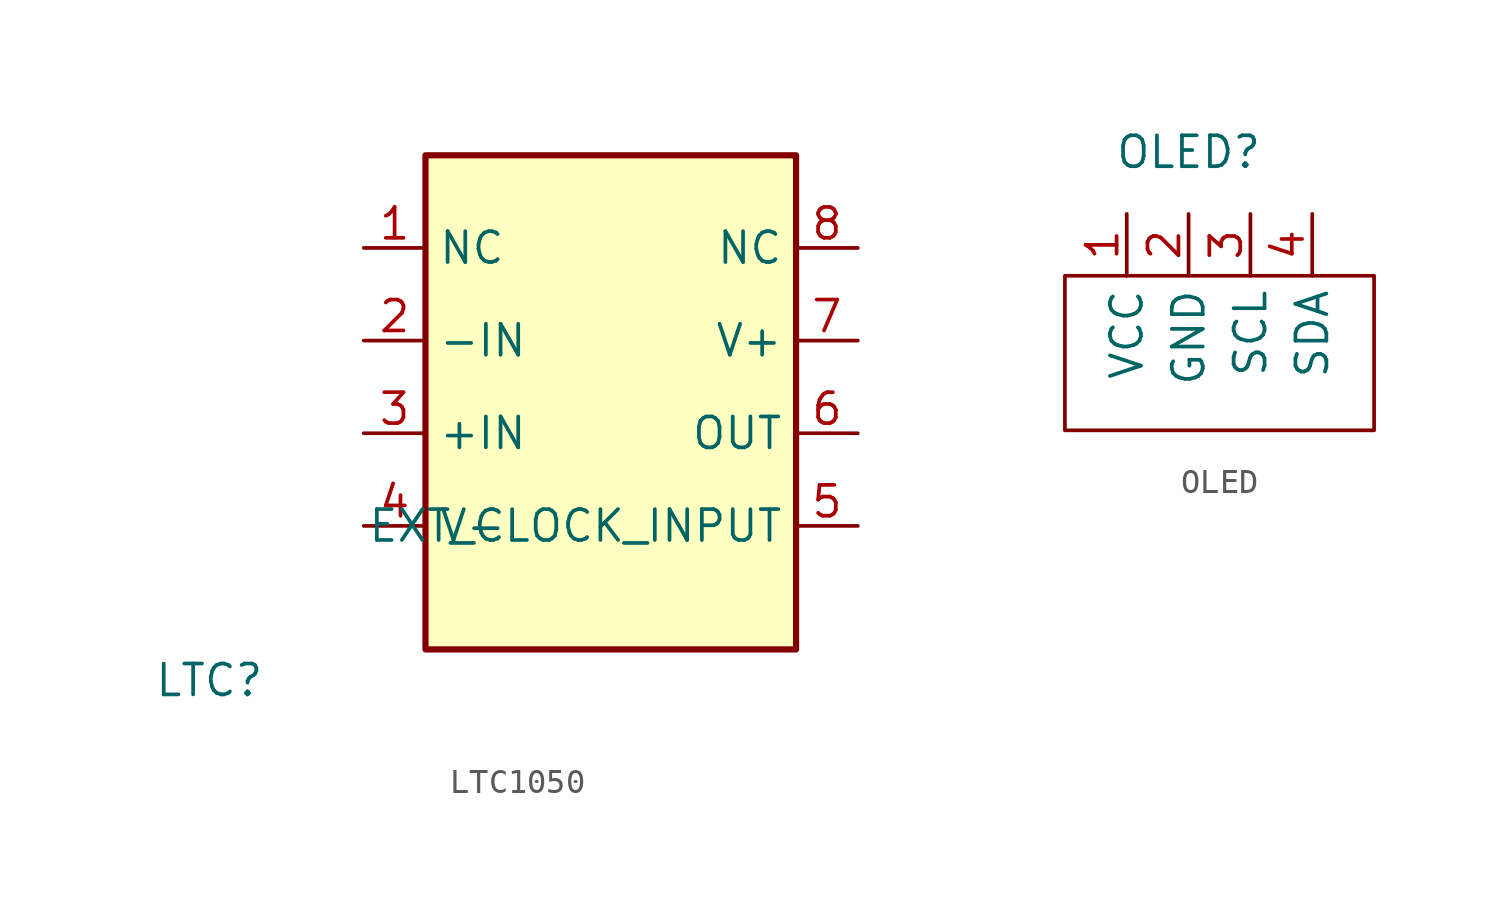
<source format=kicad_sym>
(kicad_symbol_lib
  (version 20220914)
  (generator kicad_symbol_editor)
  (symbol "LTC1050"
    (property "Reference" "LTC"
      (at 0 0 0)
      (effects (font (size 1.27 1.27))))
    (property "Value" ""
      (at 0 0 0)
      (effects (font (size 1.27 1.27))))
    (symbol "LTC1050_0_1"
      (rectangle (start 8.89 21.59) (end 24.13 1.27) (stroke (width 0.254) (type default)) (fill (type background))))
    (symbol "LTC1050_1_1"
      (pin bidirectional line (at 6.35 17.78 0) (length 2.54) (name "NC" (effects (font (size 1.27 1.27)))) (number "1" (effects (font (size 1.27 1.27)))))
      (pin bidirectional line (at 6.35 13.97 0) (length 2.54) (name "-IN" (effects (font (size 1.27 1.27)))) (number "2" (effects (font (size 1.27 1.27)))))
      (pin bidirectional line (at 6.35 10.16 0) (length 2.54) (name "+IN" (effects (font (size 1.27 1.27)))) (number "3" (effects (font (size 1.27 1.27)))))
      (pin bidirectional line (at 6.35 6.35 0) (length 2.54) (name "V-" (effects (font (size 1.27 1.27)))) (number "4" (effects (font (size 1.27 1.27)))))
      (pin bidirectional line (at 26.67 6.35 180) (length 2.54) (name "EXT_CLOCK_INPUT" (effects (font (size 1.27 1.27)))) (number "5" (effects (font (size 1.27 1.27)))))
      (pin bidirectional line (at 26.67 10.16 180) (length 2.54) (name "OUT" (effects (font (size 1.27 1.27)))) (number "6" (effects (font (size 1.27 1.27)))))
      (pin bidirectional line (at 26.67 13.97 180) (length 2.54) (name "V+" (effects (font (size 1.27 1.27)))) (number "7" (effects (font (size 1.27 1.27)))))
      (pin bidirectional line (at 26.67 17.78 180) (length 2.54) (name "NC" (effects (font (size 1.27 1.27)))) (number "8" (effects (font (size 1.27 1.27)))))))
  (symbol "OLED"
    (property "Reference" "OLED"
      (at 0 0 0)
      (effects (font (size 1.27 1.27))))
    (property "Value" ""
      (at 0 0 0)
      (effects (font (size 1.27 1.27))))
    (symbol "OLED_0_1"
      (rectangle (start 7.62 -5.08) (end -5.08 -11.43) (stroke (width 0) (type default)) (fill (type none))))
    (symbol "OLED_1_1"
      (pin bidirectional line (at -2.54 -2.54 270) (length 2.54) (name "VCC" (effects (font (size 1.27 1.27)))) (number "1" (effects (font (size 1.27 1.27)))))
      (pin bidirectional line (at 0 -2.54 270) (length 2.54) (name "GND" (effects (font (size 1.27 1.27)))) (number "2" (effects (font (size 1.27 1.27)))))
      (pin bidirectional line (at 2.54 -2.54 270) (length 2.54) (name "SCL" (effects (font (size 1.27 1.27)))) (number "3" (effects (font (size 1.27 1.27)))))
      (pin bidirectional line (at 5.08 -2.54 270) (length 2.54) (name "SDA" (effects (font (size 1.27 1.27)))) (number "4" (effects (font (size 1.27 1.27))))))))
</source>
